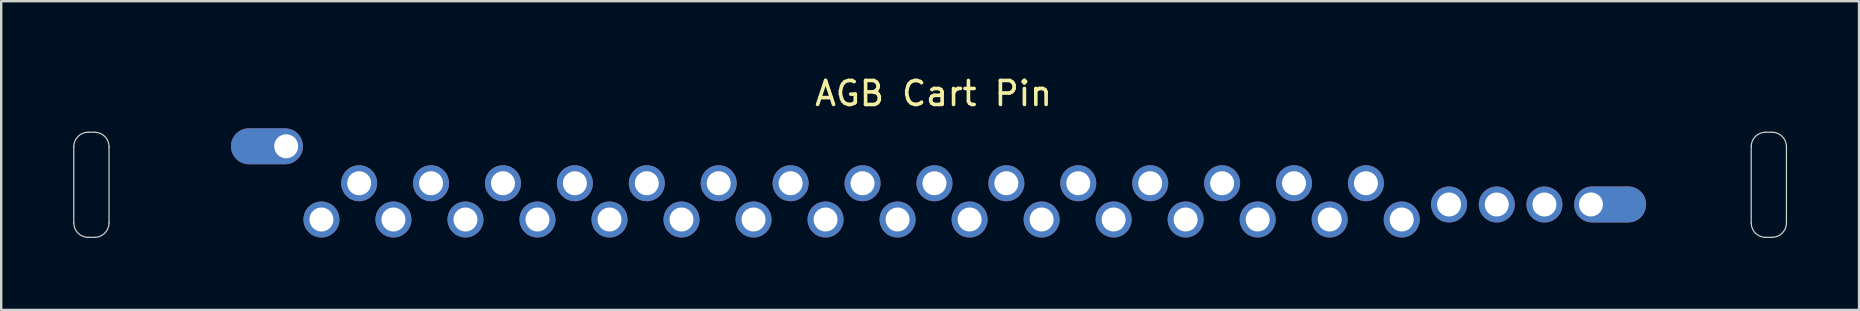
<source format=kicad_pcb>
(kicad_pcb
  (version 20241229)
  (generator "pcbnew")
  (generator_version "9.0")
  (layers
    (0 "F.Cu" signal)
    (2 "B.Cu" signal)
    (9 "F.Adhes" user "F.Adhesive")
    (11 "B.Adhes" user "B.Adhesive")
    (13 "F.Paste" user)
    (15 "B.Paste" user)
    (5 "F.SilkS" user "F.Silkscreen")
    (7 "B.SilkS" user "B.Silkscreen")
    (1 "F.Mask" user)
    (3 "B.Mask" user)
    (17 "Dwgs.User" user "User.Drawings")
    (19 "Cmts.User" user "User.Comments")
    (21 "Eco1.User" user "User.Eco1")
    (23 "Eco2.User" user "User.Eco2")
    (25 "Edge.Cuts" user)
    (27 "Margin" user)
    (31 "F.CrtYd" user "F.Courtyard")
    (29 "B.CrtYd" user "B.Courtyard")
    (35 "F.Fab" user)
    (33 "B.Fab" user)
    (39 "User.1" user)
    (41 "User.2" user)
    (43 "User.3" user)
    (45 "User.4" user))
  (footprint "AGB Cart Pin"
    (layer "F.Cu")
    (at 35.859 1.348)
    (property "Reference" "AGB Cart Pin" (at 0 -0.5 0) (unlocked yes) (layer "F.SilkS") (effects (font (size 1 1) (thickness 0.15))))
    (attr smd)
    (fp_line (start -35.834 4.894) (end -35.834 1.713) (stroke (width 0.05) (type solid)) (layer "Edge.Cuts"))
    (fp_line (start -35.234 1.113) (end -34.965 1.113) (stroke (width 0.05) (type solid)) (layer "Edge.Cuts"))
    (fp_line (start -34.965 5.494) (end -35.234 5.494) (stroke (width 0.05) (type solid)) (layer "Edge.Cuts"))
    (fp_line (start -34.365 1.713) (end -34.365 4.894) (stroke (width 0.05) (type solid)) (layer "Edge.Cuts"))
    (fp_line (start 34.077 4.894) (end 34.077 1.713) (stroke (width 0.05) (type solid)) (layer "Edge.Cuts"))
    (fp_line (start 34.676 1.113) (end 34.946 1.113) (stroke (width 0.05) (type solid)) (layer "Edge.Cuts"))
    (fp_line (start 34.946 5.494) (end 34.676 5.494) (stroke (width 0.05) (type solid)) (layer "Edge.Cuts"))
    (fp_line (start 35.546 1.713) (end 35.546 4.894) (stroke (width 0.05) (type solid)) (layer "Edge.Cuts"))
    (fp_curve (pts (xy -35.834 1.713) (xy -35.834 1.383) (xy -35.564 1.113) (xy -35.234 1.113)) (stroke (width 0.05) (type solid)) (layer "Edge.Cuts"))
    (fp_curve (pts (xy -35.234 5.494) (xy -35.564 5.494) (xy -35.834 5.224) (xy -35.834 4.894)) (stroke (width 0.05) (type solid)) (layer "Edge.Cuts"))
    (fp_curve (pts (xy -34.965 1.113) (xy -34.635 1.113) (xy -34.365 1.383) (xy -34.365 1.713)) (stroke (width 0.05) (type solid)) (layer "Edge.Cuts"))
    (fp_curve (pts (xy -34.365 4.894) (xy -34.365 5.224) (xy -34.635 5.494) (xy -34.965 5.494)) (stroke (width 0.05) (type solid)) (layer "Edge.Cuts"))
    (fp_curve (pts (xy 34.077 1.713) (xy 34.077 1.383) (xy 34.347 1.113) (xy 34.676 1.113)) (stroke (width 0.05) (type solid)) (layer "Edge.Cuts"))
    (fp_curve (pts (xy 34.676 5.494) (xy 34.347 5.494) (xy 34.077 5.224) (xy 34.077 4.894)) (stroke (width 0.05) (type solid)) (layer "Edge.Cuts"))
    (fp_curve (pts (xy 34.946 1.113) (xy 35.276 1.113) (xy 35.546 1.383) (xy 35.546 1.713)) (stroke (width 0.05) (type solid)) (layer "Edge.Cuts"))
    (fp_curve (pts (xy 35.546 4.894) (xy 35.546 5.224) (xy 35.276 5.494) (xy 34.946 5.494)) (stroke (width 0.05) (type solid)) (layer "Edge.Cuts"))
    (pad "1" thru_hole circle (at 19.511 4.75) (size 1.5 1.5) (drill 1) (layers "*.Cu" "*.Mask"))
    (pad "2" thru_hole circle (at 18.02 3.239) (size 1.5 1.5) (drill 1) (layers "*.Cu" "*.Mask"))
    (pad "3" thru_hole circle (at 16.509 4.75) (size 1.5 1.5) (drill 1) (layers "*.Cu" "*.Mask"))
    (pad "4" thru_hole circle (at 15.023 3.239) (size 1.5 1.5) (drill 1) (layers "*.Cu" "*.Mask"))
    (pad "5" thru_hole circle (at 13.508 4.75) (size 1.5 1.5) (drill 1) (layers "*.Cu" "*.Mask"))
    (pad "6" thru_hole circle (at 12.026 3.239) (size 1.5 1.5) (drill 1) (layers "*.Cu" "*.Mask"))
    (pad "7" thru_hole circle (at 10.506 4.75) (size 1.5 1.5) (drill 1) (layers "*.Cu" "*.Mask"))
    (pad "8" thru_hole circle (at 9.029 3.239) (size 1.5 1.5) (drill 1) (layers "*.Cu" "*.Mask"))
    (pad "9" thru_hole circle (at 7.505 4.75) (size 1.5 1.5) (drill 1) (layers "*.Cu" "*.Mask"))
    (pad "10" thru_hole circle (at 6.031 3.239) (size 1.5 1.5) (drill 1) (layers "*.Cu" "*.Mask"))
    (pad "11" thru_hole circle (at 4.503 4.75) (size 1.5 1.5) (drill 1) (layers "*.Cu" "*.Mask"))
    (pad "12" thru_hole circle (at 3.034 3.239) (size 1.5 1.5) (drill 1) (layers "*.Cu" "*.Mask"))
    (pad "13" thru_hole circle (at 1.502 4.75) (size 1.5 1.5) (drill 1) (layers "*.Cu" "*.Mask"))
    (pad "14" thru_hole circle (at 0.037 3.239) (size 1.5 1.5) (drill 1) (layers "*.Cu" "*.Mask"))
    (pad "15" thru_hole circle (at -1.5 4.75) (size 1.5 1.5) (drill 1) (layers "*.Cu" "*.Mask"))
    (pad "16" thru_hole circle (at -2.96 3.239) (size 1.5 1.5) (drill 1) (layers "*.Cu" "*.Mask"))
    (pad "17" thru_hole circle (at -4.502 4.75) (size 1.5 1.5) (drill 1) (layers "*.Cu" "*.Mask"))
    (pad "18" thru_hole circle (at -5.958 3.239) (size 1.5 1.5) (drill 1) (layers "*.Cu" "*.Mask"))
    (pad "19" thru_hole circle (at -7.503 4.75) (size 1.5 1.5) (drill 1) (layers "*.Cu" "*.Mask"))
    (pad "20" thru_hole circle (at -8.955 3.239) (size 1.5 1.5) (drill 1) (layers "*.Cu" "*.Mask"))
    (pad "21" thru_hole circle (at -10.505 4.75) (size 1.5 1.5) (drill 1) (layers "*.Cu" "*.Mask"))
    (pad "22" thru_hole circle (at -11.952 3.239) (size 1.5 1.5) (drill 1) (layers "*.Cu" "*.Mask"))
    (pad "23" thru_hole circle (at -13.506 4.75) (size 1.5 1.5) (drill 1) (layers "*.Cu" "*.Mask"))
    (pad "24" thru_hole circle (at -14.949 3.239) (size 1.5 1.5) (drill 1) (layers "*.Cu" "*.Mask"))
    (pad "25" thru_hole circle (at -16.508 4.75) (size 1.5 1.5) (drill 1) (layers "*.Cu" "*.Mask"))
    (pad "26" thru_hole circle (at -17.946 3.239) (size 1.5 1.5) (drill 1) (layers "*.Cu" "*.Mask"))
    (pad "27" thru_hole circle (at -19.509 4.75) (size 1.5 1.5) (drill 1) (layers "*.Cu" "*.Mask"))
    (pad "28" thru_hole circle (at -20.944 3.239) (size 1.5 1.5) (drill 1) (layers "*.Cu" "*.Mask"))
    (pad "29" thru_hole circle (at -22.511 4.75) (size 1.5 1.5) (drill 1) (layers "*.Cu" "*.Mask"))
    (pad "30" thru_hole circle (at -23.941 3.239) (size 1.5 1.5) (drill 1) (layers "*.Cu" "*.Mask"))
    (pad "31" thru_hole circle (at -25.512 4.75) (size 1.5 1.5) (drill 1) (layers "*.Cu" "*.Mask"))
    (pad "32" thru_hole oval (at -26.982 1.699) (size 3 1.5) (drill 1 (offset -0.8 0)) (layers "*.Cu" "*.Mask"))
    (pad "C1" thru_hole circle (at 25.46 4.125) (size 1.5 1.5) (drill 1) (layers "*.Cu" "*.Mask"))
    (pad "C2" thru_hole circle (at 21.485 4.125) (size 1.5 1.5) (drill 1) (layers "*.Cu" "*.Mask"))
    (pad "S1" thru_hole oval (at 27.398 4.123 180) (size 3 1.5) (drill 1 (offset -0.8 0)) (layers "*.Cu" "*.Mask"))
    (pad "S2" thru_hole circle (at 23.473 4.125) (size 1.5 1.5) (drill 1) (layers "*.Cu" "*.Mask")))
  (gr_rect
    (start -3 -3)
    (end 74.43 9.868)
    (stroke (width 0.1) (type default))
    (fill no)
    (layer "Edge.Cuts")))
</source>
